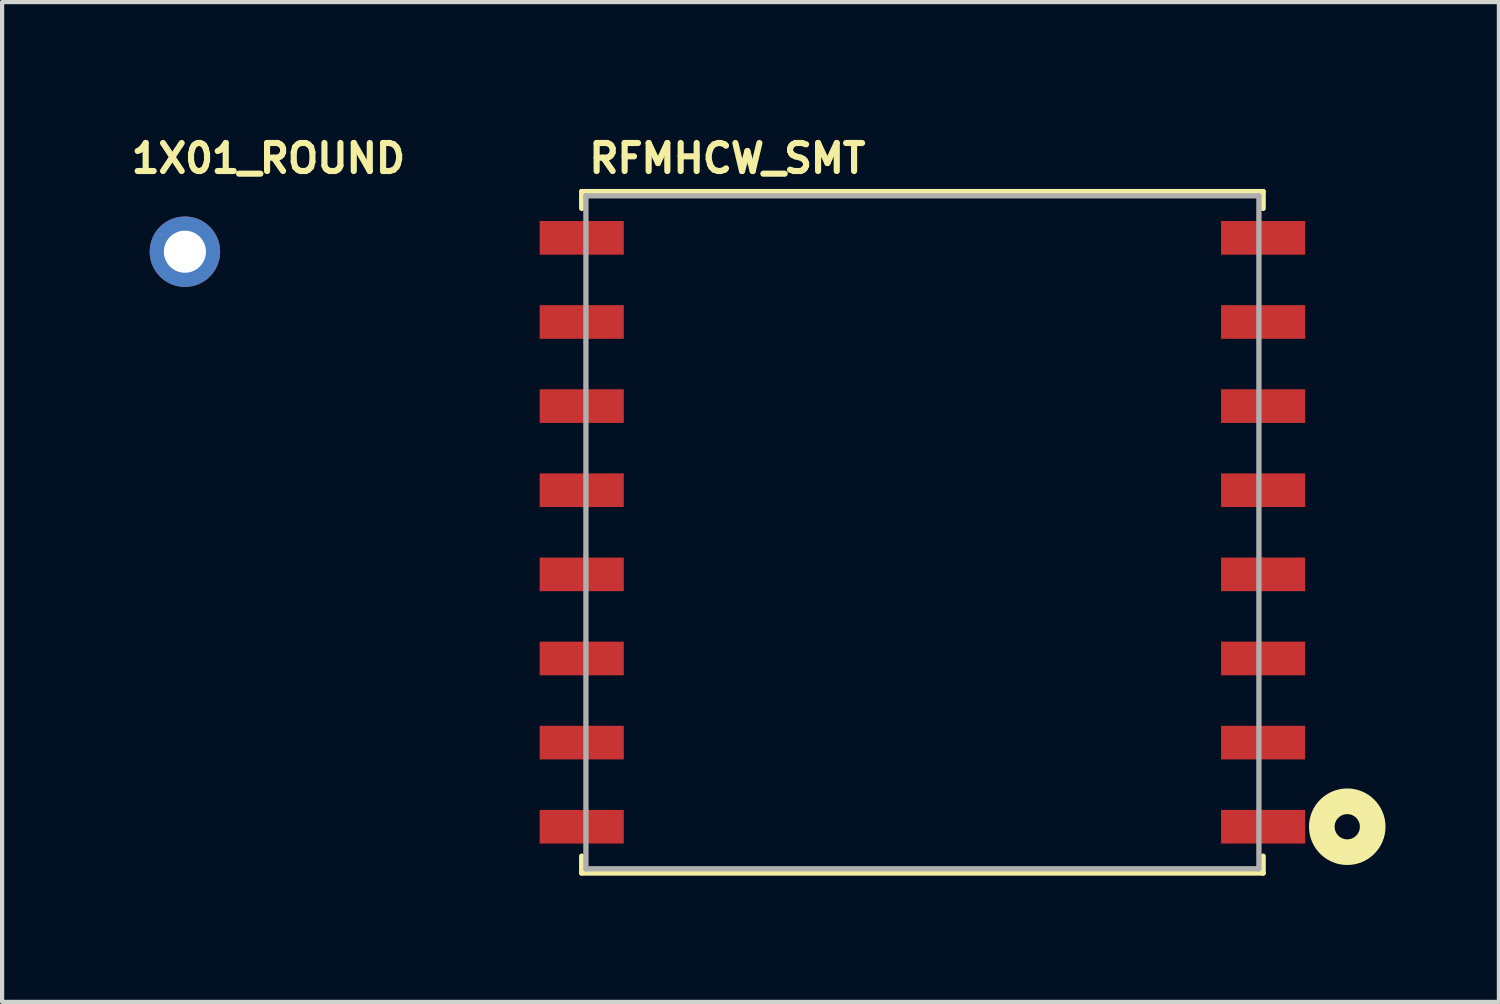
<source format=kicad_pcb>
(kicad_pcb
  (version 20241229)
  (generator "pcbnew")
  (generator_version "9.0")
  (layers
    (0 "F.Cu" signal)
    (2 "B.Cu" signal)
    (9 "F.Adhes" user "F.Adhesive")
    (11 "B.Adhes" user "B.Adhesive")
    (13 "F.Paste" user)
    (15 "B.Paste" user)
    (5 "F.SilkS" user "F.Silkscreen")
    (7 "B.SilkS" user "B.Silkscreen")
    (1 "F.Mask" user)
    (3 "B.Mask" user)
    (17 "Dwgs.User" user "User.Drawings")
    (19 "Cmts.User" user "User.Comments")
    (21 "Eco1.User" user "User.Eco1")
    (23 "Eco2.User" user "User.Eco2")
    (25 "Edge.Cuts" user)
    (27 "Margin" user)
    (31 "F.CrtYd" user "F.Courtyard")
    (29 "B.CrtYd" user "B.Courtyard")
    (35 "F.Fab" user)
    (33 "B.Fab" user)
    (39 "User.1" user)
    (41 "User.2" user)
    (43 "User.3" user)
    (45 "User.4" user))
  (footprint "1X01_ROUND"
    (layer "F.Cu")
    (at 1.346 2.934)
    (property "Reference" "1X01_ROUND" (at -1.346 -1.829 0) (unlocked yes) (layer "F.SilkS") (effects (font (size 0.666 0.666) (thickness 0.146)) (justify left bottom)))
    (fp_poly (pts (xy -0.254 0.254) (xy 0.254 0.254) (xy 0.254 -0.254) (xy -0.254 -0.254)) (stroke (width 0.1) (type default)) (fill no) (layer "F.Fab"))
    (pad "1" thru_hole circle (at 0 0 90) (size 1.676 1.676) (drill 1) (layers "*.Cu" "*.Mask")))
  (footprint "RFMHCW_SMT"
    (layer "F.Cu")
    (at 18.88 9.605)
    (property "Reference" "RFMHCW_SMT" (at -8 -8.5 0) (unlocked yes) (layer "F.SilkS") (effects (font (size 0.666 0.666) (thickness 0.146)) (justify left bottom)))
    (fp_line (start -8.1 -8.1) (end 8.1 -8.1) (stroke (width 0.127) (type solid)) (layer "F.SilkS"))
    (fp_line (start -8.1 -7.7) (end -8.1 -8.1) (stroke (width 0.127) (type solid)) (layer "F.SilkS"))
    (fp_line (start -8.1 7.7) (end -8.1 8.1) (stroke (width 0.127) (type solid)) (layer "F.SilkS"))
    (fp_line (start -8.1 8.1) (end 8.1 8.1) (stroke (width 0.127) (type solid)) (layer "F.SilkS"))
    (fp_line (start 8.1 -8.1) (end 8.1 -7.7) (stroke (width 0.127) (type solid)) (layer "F.SilkS"))
    (fp_line (start 8.1 8.1) (end 8.1 7.7) (stroke (width 0.127) (type solid)) (layer "F.SilkS"))
    (fp_circle (center 10.1 7) (end 10.4 7) (stroke (width 0.61) (type solid)) (fill no) (layer "F.SilkS"))
    (fp_line (start -8 -8) (end 8 -8) (stroke (width 0.127) (type solid)) (layer "F.Fab"))
    (fp_line (start -8 8) (end -8 -8) (stroke (width 0.127) (type solid)) (layer "F.Fab"))
    (fp_line (start 8 -8) (end 8 8) (stroke (width 0.127) (type solid)) (layer "F.Fab"))
    (fp_line (start 8 8) (end -8 8) (stroke (width 0.127) (type solid)) (layer "F.Fab"))
    (pad "1P" smd rect (at 8.1 7 180) (size 2 0.8) (layers "F.Cu" "F.Mask" "F.Paste"))
    (pad "2P" smd rect (at 8.1 5 180) (size 2 0.8) (layers "F.Cu" "F.Mask" "F.Paste"))
    (pad "3P" smd rect (at 8.1 3 180) (size 2 0.8) (layers "F.Cu" "F.Mask" "F.Paste"))
    (pad "4P" smd rect (at 8.1 1 180) (size 2 0.8) (layers "F.Cu" "F.Mask" "F.Paste"))
    (pad "5P" smd rect (at 8.1 -1 180) (size 2 0.8) (layers "F.Cu" "F.Mask" "F.Paste"))
    (pad "6P" smd rect (at 8.1 -3 180) (size 2 0.8) (layers "F.Cu" "F.Mask" "F.Paste"))
    (pad "7P" smd rect (at 8.1 -5 180) (size 2 0.8) (layers "F.Cu" "F.Mask" "F.Paste"))
    (pad "8P" smd rect (at 8.1 -7 180) (size 2 0.8) (layers "F.Cu" "F.Mask" "F.Paste"))
    (pad "9P" smd rect (at -8.1 -7) (size 2 0.8) (layers "F.Cu" "F.Mask" "F.Paste"))
    (pad "10P" smd rect (at -8.1 -5) (size 2 0.8) (layers "F.Cu" "F.Mask" "F.Paste"))
    (pad "11P" smd rect (at -8.1 -3) (size 2 0.8) (layers "F.Cu" "F.Mask" "F.Paste"))
    (pad "12P" smd rect (at -8.1 -1) (size 2 0.8) (layers "F.Cu" "F.Mask" "F.Paste"))
    (pad "13P" smd rect (at -8.1 1) (size 2 0.8) (layers "F.Cu" "F.Mask" "F.Paste"))
    (pad "14P" smd rect (at -8.1 3) (size 2 0.8) (layers "F.Cu" "F.Mask" "F.Paste"))
    (pad "15P" smd rect (at -8.1 5) (size 2 0.8) (layers "F.Cu" "F.Mask" "F.Paste"))
    (pad "16P" smd rect (at -8.1 7) (size 2 0.8) (layers "F.Cu" "F.Mask" "F.Paste")))
  (gr_rect
    (start -3 -3)
    (end 32.585 20.769)
    (stroke (width 0.1) (type default))
    (fill no)
    (layer "Edge.Cuts")))
</source>
